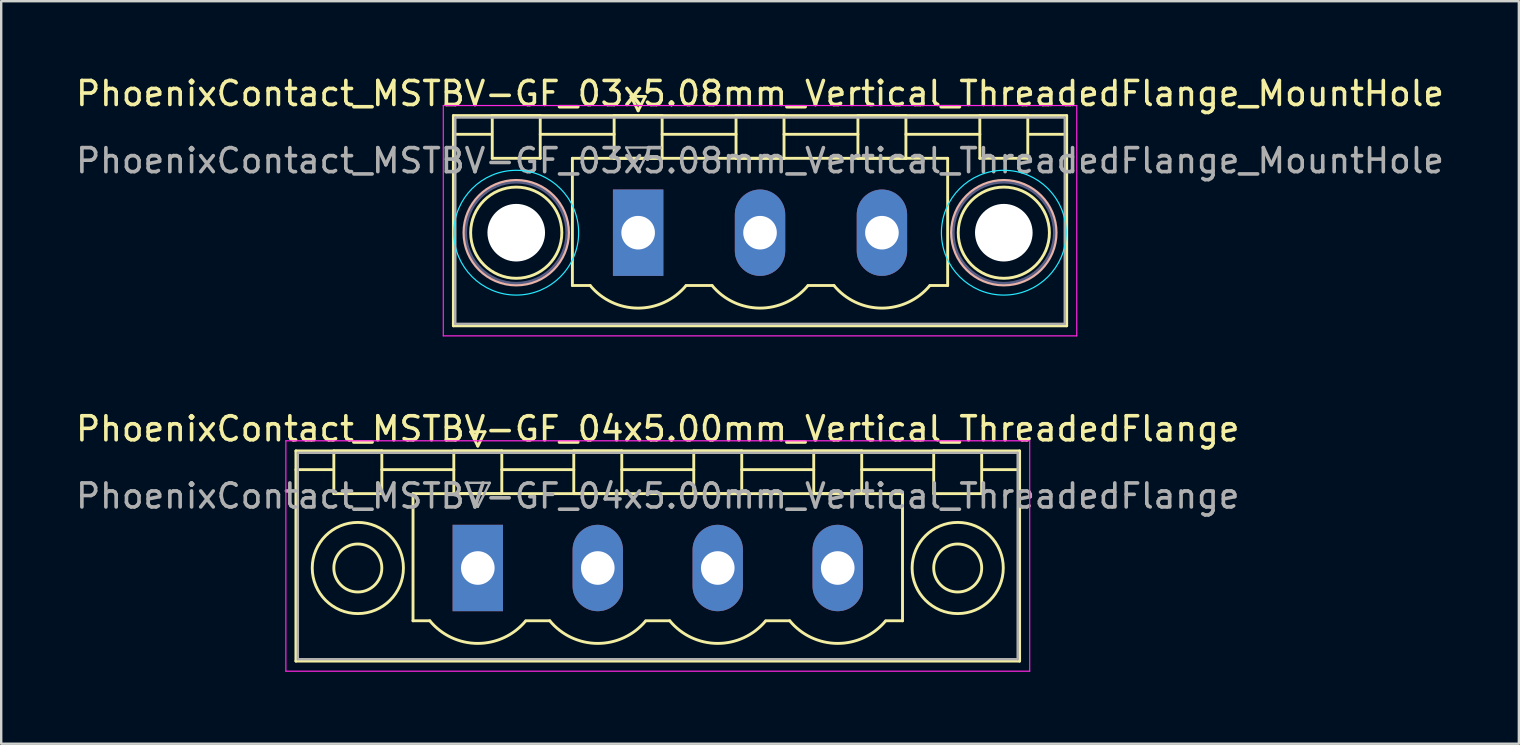
<source format=kicad_pcb>
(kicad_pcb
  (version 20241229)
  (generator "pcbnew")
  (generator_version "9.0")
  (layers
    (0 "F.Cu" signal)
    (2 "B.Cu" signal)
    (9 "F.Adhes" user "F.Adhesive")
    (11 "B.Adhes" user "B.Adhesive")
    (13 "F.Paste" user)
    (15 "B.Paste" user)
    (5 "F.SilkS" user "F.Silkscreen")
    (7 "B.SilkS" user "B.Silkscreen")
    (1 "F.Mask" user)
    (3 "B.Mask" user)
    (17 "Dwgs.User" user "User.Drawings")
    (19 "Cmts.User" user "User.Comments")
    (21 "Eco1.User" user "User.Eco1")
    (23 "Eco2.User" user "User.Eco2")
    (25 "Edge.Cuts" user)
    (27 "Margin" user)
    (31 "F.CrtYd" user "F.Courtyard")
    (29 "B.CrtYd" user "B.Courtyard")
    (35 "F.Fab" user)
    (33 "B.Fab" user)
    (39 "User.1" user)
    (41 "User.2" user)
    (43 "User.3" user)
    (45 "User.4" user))
  (footprint "PhoenixContact_MSTBV-GF_04x5.00mm_Vertical_ThreadedFlange"
    (layer "F.Cu")
    (at 16.863 20.622)
    (property "Reference" "PhoenixContact_MSTBV-GF_04x5.00mm_Vertical_ThreadedFlange" (at 7.5 -5.8 0) (layer "F.SilkS") (effects (font (size 1 1) (thickness 0.15))))
    (attr through_hole)
    (fp_line (start -7.58 -4.88) (end -7.58 3.88) (stroke (width 0.12) (type solid)) (layer "F.SilkS"))
    (fp_line (start -7.58 -4.1) (end -6.08 -4.1) (stroke (width 0.12) (type solid)) (layer "F.SilkS"))
    (fp_line (start -7.58 3.88) (end 22.58 3.88) (stroke (width 0.12) (type solid)) (layer "F.SilkS"))
    (fp_line (start -6 -4.88) (end -4 -4.88) (stroke (width 0.12) (type solid)) (layer "F.SilkS"))
    (fp_line (start -6 -3.1) (end -6 -4.88) (stroke (width 0.12) (type solid)) (layer "F.SilkS"))
    (fp_line (start -4 -4.88) (end -4 -3.1) (stroke (width 0.12) (type solid)) (layer "F.SilkS"))
    (fp_line (start -4 -4.1) (end -1 -4.1) (stroke (width 0.12) (type solid)) (layer "F.SilkS"))
    (fp_line (start -4 -3.1) (end -6 -3.1) (stroke (width 0.12) (type solid)) (layer "F.SilkS"))
    (fp_line (start -2.7 -3.1) (end 17.7 -3.1) (stroke (width 0.12) (type solid)) (layer "F.SilkS"))
    (fp_line (start -2.7 2.2) (end -2.7 -3.1) (stroke (width 0.12) (type solid)) (layer "F.SilkS"))
    (fp_line (start -2 2.2) (end -2.7 2.2) (stroke (width 0.12) (type solid)) (layer "F.SilkS"))
    (fp_line (start -1 -4.88) (end 1 -4.88) (stroke (width 0.12) (type solid)) (layer "F.SilkS"))
    (fp_line (start -1 -3.1) (end -1 -4.88) (stroke (width 0.12) (type solid)) (layer "F.SilkS"))
    (fp_line (start -0.3 -5.68) (end 0.3 -5.68) (stroke (width 0.12) (type solid)) (layer "F.SilkS"))
    (fp_line (start 0 -5.08) (end -0.3 -5.68) (stroke (width 0.12) (type solid)) (layer "F.SilkS"))
    (fp_line (start 0.3 -5.68) (end 0 -5.08) (stroke (width 0.12) (type solid)) (layer "F.SilkS"))
    (fp_line (start 1 -4.88) (end 1 -3.1) (stroke (width 0.12) (type solid)) (layer "F.SilkS"))
    (fp_line (start 1 -4.1) (end 4 -4.1) (stroke (width 0.12) (type solid)) (layer "F.SilkS"))
    (fp_line (start 1 -3.1) (end -1 -3.1) (stroke (width 0.12) (type solid)) (layer "F.SilkS"))
    (fp_line (start 2 2.2) (end 3 2.2) (stroke (width 0.12) (type solid)) (layer "F.SilkS"))
    (fp_line (start 4 -4.88) (end 6 -4.88) (stroke (width 0.12) (type solid)) (layer "F.SilkS"))
    (fp_line (start 4 -3.1) (end 4 -4.88) (stroke (width 0.12) (type solid)) (layer "F.SilkS"))
    (fp_line (start 6 -4.88) (end 6 -3.1) (stroke (width 0.12) (type solid)) (layer "F.SilkS"))
    (fp_line (start 6 -4.1) (end 9 -4.1) (stroke (width 0.12) (type solid)) (layer "F.SilkS"))
    (fp_line (start 6 -3.1) (end 4 -3.1) (stroke (width 0.12) (type solid)) (layer "F.SilkS"))
    (fp_line (start 7 2.2) (end 8 2.2) (stroke (width 0.12) (type solid)) (layer "F.SilkS"))
    (fp_line (start 9 -4.88) (end 11 -4.88) (stroke (width 0.12) (type solid)) (layer "F.SilkS"))
    (fp_line (start 9 -3.1) (end 9 -4.88) (stroke (width 0.12) (type solid)) (layer "F.SilkS"))
    (fp_line (start 11 -4.88) (end 11 -3.1) (stroke (width 0.12) (type solid)) (layer "F.SilkS"))
    (fp_line (start 11 -4.1) (end 14 -4.1) (stroke (width 0.12) (type solid)) (layer "F.SilkS"))
    (fp_line (start 11 -3.1) (end 9 -3.1) (stroke (width 0.12) (type solid)) (layer "F.SilkS"))
    (fp_line (start 12 2.2) (end 13 2.2) (stroke (width 0.12) (type solid)) (layer "F.SilkS"))
    (fp_line (start 14 -4.88) (end 16 -4.88) (stroke (width 0.12) (type solid)) (layer "F.SilkS"))
    (fp_line (start 14 -3.1) (end 14 -4.88) (stroke (width 0.12) (type solid)) (layer "F.SilkS"))
    (fp_line (start 16 -4.88) (end 16 -3.1) (stroke (width 0.12) (type solid)) (layer "F.SilkS"))
    (fp_line (start 16 -4.1) (end 19 -4.1) (stroke (width 0.12) (type solid)) (layer "F.SilkS"))
    (fp_line (start 16 -3.1) (end 14 -3.1) (stroke (width 0.12) (type solid)) (layer "F.SilkS"))
    (fp_line (start 17.7 -3.1) (end 17.7 2.2) (stroke (width 0.12) (type solid)) (layer "F.SilkS"))
    (fp_line (start 17.7 2.2) (end 17 2.2) (stroke (width 0.12) (type solid)) (layer "F.SilkS"))
    (fp_line (start 19 -4.88) (end 21 -4.88) (stroke (width 0.12) (type solid)) (layer "F.SilkS"))
    (fp_line (start 19 -3.1) (end 19 -4.88) (stroke (width 0.12) (type solid)) (layer "F.SilkS"))
    (fp_line (start 21 -4.88) (end 21 -3.1) (stroke (width 0.12) (type solid)) (layer "F.SilkS"))
    (fp_line (start 21 -3.1) (end 19 -3.1) (stroke (width 0.12) (type solid)) (layer "F.SilkS"))
    (fp_line (start 22.58 -4.88) (end -7.58 -4.88) (stroke (width 0.12) (type solid)) (layer "F.SilkS"))
    (fp_line (start 22.58 -4.1) (end 21.08 -4.1) (stroke (width 0.12) (type solid)) (layer "F.SilkS"))
    (fp_line (start 22.58 3.88) (end 22.58 -4.88) (stroke (width 0.12) (type solid)) (layer "F.SilkS"))
    (fp_arc (start 1.986842 2.215821) (mid -0.010289 3.142758) (end -2 2.2) (stroke (width 0.12) (type solid)) (layer "F.SilkS"))
    (fp_arc (start 6.986842 2.215821) (mid 4.989711 3.142758) (end 3 2.2) (stroke (width 0.12) (type solid)) (layer "F.SilkS"))
    (fp_arc (start 11.986842 2.215821) (mid 9.989711 3.142758) (end 8 2.2) (stroke (width 0.12) (type solid)) (layer "F.SilkS"))
    (fp_arc (start 16.986842 2.215821) (mid 14.989711 3.142758) (end 13 2.2) (stroke (width 0.12) (type solid)) (layer "F.SilkS"))
    (fp_circle (center -5 0) (end -4 0) (stroke (width 0.12) (type solid)) (fill no) (layer "F.SilkS"))
    (fp_circle (center -5 0) (end -3.1 0) (stroke (width 0.12) (type solid)) (fill no) (layer "F.SilkS"))
    (fp_circle (center 20 0) (end 21 0) (stroke (width 0.12) (type solid)) (fill no) (layer "F.SilkS"))
    (fp_circle (center 20 0) (end 21.9 0) (stroke (width 0.12) (type solid)) (fill no) (layer "F.SilkS"))
    (fp_line (start -8 -5.3) (end -8 4.3) (stroke (width 0.05) (type solid)) (layer "F.CrtYd"))
    (fp_line (start -8 4.3) (end 23 4.3) (stroke (width 0.05) (type solid)) (layer "F.CrtYd"))
    (fp_line (start 23 -5.3) (end -8 -5.3) (stroke (width 0.05) (type solid)) (layer "F.CrtYd"))
    (fp_line (start 23 4.3) (end 23 -5.3) (stroke (width 0.05) (type solid)) (layer "F.CrtYd"))
    (fp_line (start -7.5 -4.8) (end -7.5 3.8) (stroke (width 0.1) (type solid)) (layer "F.Fab"))
    (fp_line (start -7.5 3.8) (end 22.5 3.8) (stroke (width 0.1) (type solid)) (layer "F.Fab"))
    (fp_line (start -0.5 -3.55) (end 0.5 -3.55) (stroke (width 0.1) (type solid)) (layer "F.Fab"))
    (fp_line (start 0 -2.55) (end -0.5 -3.55) (stroke (width 0.1) (type solid)) (layer "F.Fab"))
    (fp_line (start 0.5 -3.55) (end 0 -2.55) (stroke (width 0.1) (type solid)) (layer "F.Fab"))
    (fp_line (start 22.5 -4.8) (end -7.5 -4.8) (stroke (width 0.1) (type solid)) (layer "F.Fab"))
    (fp_line (start 22.5 3.8) (end 22.5 -4.8) (stroke (width 0.1) (type solid)) (layer "F.Fab"))
    (fp_text user "${REFERENCE}" (at 7.5 -3 0) (layer "F.Fab") (effects (font (size 1 1) (thickness 0.15))))
    (pad "1" thru_hole rect (at 0 0) (size 2.1 3.6) (drill 1.4) (layers "*.Cu" "*.Mask"))
    (pad "2" thru_hole oval (at 5 0) (size 2.1 3.6) (drill 1.4) (layers "*.Cu" "*.Mask"))
    (pad "3" thru_hole oval (at 10 0) (size 2.1 3.6) (drill 1.4) (layers "*.Cu" "*.Mask"))
    (pad "4" thru_hole oval (at 15 0) (size 2.1 3.6) (drill 1.4) (layers "*.Cu" "*.Mask")))
  (footprint "PhoenixContact_MSTBV-GF_03x5.08mm_Vertical_ThreadedFlange_MountHole"
    (layer "F.Cu")
    (at 23.545 6.648)
    (property "Reference" "PhoenixContact_MSTBV-GF_03x5.08mm_Vertical_ThreadedFlange_MountHole" (at 5.08 -5.8 0) (layer "F.SilkS") (effects (font (size 1 1) (thickness 0.15))))
    (attr through_hole)
    (fp_line (start -7.7 -4.88) (end -7.7 3.88) (stroke (width 0.12) (type solid)) (layer "F.SilkS"))
    (fp_line (start -7.7 -4.1) (end -6.16 -4.1) (stroke (width 0.12) (type solid)) (layer "F.SilkS"))
    (fp_line (start -7.7 3.88) (end 17.86 3.88) (stroke (width 0.12) (type solid)) (layer "F.SilkS"))
    (fp_line (start -6.08 -4.88) (end -4.08 -4.88) (stroke (width 0.12) (type solid)) (layer "F.SilkS"))
    (fp_line (start -6.08 -3.1) (end -6.08 -4.88) (stroke (width 0.12) (type solid)) (layer "F.SilkS"))
    (fp_line (start -4.08 -4.88) (end -4.08 -3.1) (stroke (width 0.12) (type solid)) (layer "F.SilkS"))
    (fp_line (start -4.08 -4.1) (end -1 -4.1) (stroke (width 0.12) (type solid)) (layer "F.SilkS"))
    (fp_line (start -4.08 -3.1) (end -6.08 -3.1) (stroke (width 0.12) (type solid)) (layer "F.SilkS"))
    (fp_line (start -2.74 -3.1) (end 12.9 -3.1) (stroke (width 0.12) (type solid)) (layer "F.SilkS"))
    (fp_line (start -2.74 2.2) (end -2.74 -3.1) (stroke (width 0.12) (type solid)) (layer "F.SilkS"))
    (fp_line (start -2 2.2) (end -2.74 2.2) (stroke (width 0.12) (type solid)) (layer "F.SilkS"))
    (fp_line (start -1 -4.88) (end 1 -4.88) (stroke (width 0.12) (type solid)) (layer "F.SilkS"))
    (fp_line (start -1 -3.1) (end -1 -4.88) (stroke (width 0.12) (type solid)) (layer "F.SilkS"))
    (fp_line (start -0.3 -5.68) (end 0.3 -5.68) (stroke (width 0.12) (type solid)) (layer "F.SilkS"))
    (fp_line (start 0 -5.08) (end -0.3 -5.68) (stroke (width 0.12) (type solid)) (layer "F.SilkS"))
    (fp_line (start 0.3 -5.68) (end 0 -5.08) (stroke (width 0.12) (type solid)) (layer "F.SilkS"))
    (fp_line (start 1 -4.88) (end 1 -3.1) (stroke (width 0.12) (type solid)) (layer "F.SilkS"))
    (fp_line (start 1 -4.1) (end 4.08 -4.1) (stroke (width 0.12) (type solid)) (layer "F.SilkS"))
    (fp_line (start 1 -3.1) (end -1 -3.1) (stroke (width 0.12) (type solid)) (layer "F.SilkS"))
    (fp_line (start 2 2.2) (end 3.08 2.2) (stroke (width 0.12) (type solid)) (layer "F.SilkS"))
    (fp_line (start 4.08 -4.88) (end 6.08 -4.88) (stroke (width 0.12) (type solid)) (layer "F.SilkS"))
    (fp_line (start 4.08 -3.1) (end 4.08 -4.88) (stroke (width 0.12) (type solid)) (layer "F.SilkS"))
    (fp_line (start 6.08 -4.88) (end 6.08 -3.1) (stroke (width 0.12) (type solid)) (layer "F.SilkS"))
    (fp_line (start 6.08 -4.1) (end 9.16 -4.1) (stroke (width 0.12) (type solid)) (layer "F.SilkS"))
    (fp_line (start 6.08 -3.1) (end 4.08 -3.1) (stroke (width 0.12) (type solid)) (layer "F.SilkS"))
    (fp_line (start 7.08 2.2) (end 8.16 2.2) (stroke (width 0.12) (type solid)) (layer "F.SilkS"))
    (fp_line (start 9.16 -4.88) (end 11.16 -4.88) (stroke (width 0.12) (type solid)) (layer "F.SilkS"))
    (fp_line (start 9.16 -3.1) (end 9.16 -4.88) (stroke (width 0.12) (type solid)) (layer "F.SilkS"))
    (fp_line (start 11.16 -4.88) (end 11.16 -3.1) (stroke (width 0.12) (type solid)) (layer "F.SilkS"))
    (fp_line (start 11.16 -4.1) (end 14.24 -4.1) (stroke (width 0.12) (type solid)) (layer "F.SilkS"))
    (fp_line (start 11.16 -3.1) (end 9.16 -3.1) (stroke (width 0.12) (type solid)) (layer "F.SilkS"))
    (fp_line (start 12.9 -3.1) (end 12.9 2.2) (stroke (width 0.12) (type solid)) (layer "F.SilkS"))
    (fp_line (start 12.9 2.2) (end 12.16 2.2) (stroke (width 0.12) (type solid)) (layer "F.SilkS"))
    (fp_line (start 14.24 -4.88) (end 16.24 -4.88) (stroke (width 0.12) (type solid)) (layer "F.SilkS"))
    (fp_line (start 14.24 -3.1) (end 14.24 -4.88) (stroke (width 0.12) (type solid)) (layer "F.SilkS"))
    (fp_line (start 16.24 -4.88) (end 16.24 -3.1) (stroke (width 0.12) (type solid)) (layer "F.SilkS"))
    (fp_line (start 16.24 -3.1) (end 14.24 -3.1) (stroke (width 0.12) (type solid)) (layer "F.SilkS"))
    (fp_line (start 17.86 -4.88) (end -7.7 -4.88) (stroke (width 0.12) (type solid)) (layer "F.SilkS"))
    (fp_line (start 17.86 -4.1) (end 16.32 -4.1) (stroke (width 0.12) (type solid)) (layer "F.SilkS"))
    (fp_line (start 17.86 3.88) (end 17.86 -4.88) (stroke (width 0.12) (type solid)) (layer "F.SilkS"))
    (fp_arc (start 1.986842 2.215821) (mid -0.010289 3.142758) (end -2 2.2) (stroke (width 0.12) (type solid)) (layer "F.SilkS"))
    (fp_arc (start 7.066842 2.215821) (mid 5.069711 3.142758) (end 3.08 2.2) (stroke (width 0.12) (type solid)) (layer "F.SilkS"))
    (fp_arc (start 12.146842 2.215821) (mid 10.149711 3.142758) (end 8.16 2.2) (stroke (width 0.12) (type solid)) (layer "F.SilkS"))
    (fp_circle (center -5.08 0) (end -3.18 0) (stroke (width 0.12) (type solid)) (fill no) (layer "F.SilkS"))
    (fp_circle (center 15.24 0) (end 17.14 0) (stroke (width 0.12) (type solid)) (fill no) (layer "F.SilkS"))
    (fp_circle (center -5.08 0) (end -2.9 0) (stroke (width 0.12) (type solid)) (fill no) (layer "B.SilkS"))
    (fp_circle (center 15.24 0) (end 17.42 0) (stroke (width 0.12) (type solid)) (fill no) (layer "B.SilkS"))
    (fp_circle (center -5.08 0) (end -2.48 0) (stroke (width 0.05) (type solid)) (fill no) (layer "B.CrtYd"))
    (fp_circle (center 15.24 0) (end 17.84 0) (stroke (width 0.05) (type solid)) (fill no) (layer "B.CrtYd"))
    (fp_line (start -8.12 -5.3) (end -8.12 4.3) (stroke (width 0.05) (type solid)) (layer "F.CrtYd"))
    (fp_line (start -8.12 4.3) (end 18.28 4.3) (stroke (width 0.05) (type solid)) (layer "F.CrtYd"))
    (fp_line (start 18.28 -5.3) (end -8.12 -5.3) (stroke (width 0.05) (type solid)) (layer "F.CrtYd"))
    (fp_line (start 18.28 4.3) (end 18.28 -5.3) (stroke (width 0.05) (type solid)) (layer "F.CrtYd"))
    (fp_circle (center -5.08 0) (end -2.98 0) (stroke (width 0.1) (type solid)) (fill no) (layer "B.Fab"))
    (fp_circle (center 15.24 0) (end 17.34 0) (stroke (width 0.1) (type solid)) (fill no) (layer "B.Fab"))
    (fp_line (start -7.62 -4.8) (end -7.62 3.8) (stroke (width 0.1) (type solid)) (layer "F.Fab"))
    (fp_line (start -7.62 3.8) (end 17.78 3.8) (stroke (width 0.1) (type solid)) (layer "F.Fab"))
    (fp_line (start -0.5 -3.55) (end 0.5 -3.55) (stroke (width 0.1) (type solid)) (layer "F.Fab"))
    (fp_line (start 0 -2.55) (end -0.5 -3.55) (stroke (width 0.1) (type solid)) (layer "F.Fab"))
    (fp_line (start 0.5 -3.55) (end 0 -2.55) (stroke (width 0.1) (type solid)) (layer "F.Fab"))
    (fp_line (start 17.78 -4.8) (end -7.62 -4.8) (stroke (width 0.1) (type solid)) (layer "F.Fab"))
    (fp_line (start 17.78 3.8) (end 17.78 -4.8) (stroke (width 0.1) (type solid)) (layer "F.Fab"))
    (fp_text user "${REFERENCE}" (at 5.08 -3 0) (layer "F.Fab") (effects (font (size 1 1) (thickness 0.15))))
    (pad "" np_thru_hole circle (at -5.08 0) (size 2.4 2.4) (drill 2.4) (layers "*.Cu" "*.Mask"))
    (pad "" np_thru_hole circle (at 15.24 0) (size 2.4 2.4) (drill 2.4) (layers "*.Cu" "*.Mask"))
    (pad "1" thru_hole rect (at 0 0) (size 2.1 3.6) (drill 1.4) (layers "*.Cu" "*.Mask"))
    (pad "2" thru_hole oval (at 5.08 0) (size 2.1 3.6) (drill 1.4) (layers "*.Cu" "*.Mask"))
    (pad "3" thru_hole oval (at 10.16 0) (size 2.1 3.6) (drill 1.4) (layers "*.Cu" "*.Mask")))
  (gr_rect
    (start -3 -3)
    (end 60.25 27.947)
    (stroke (width 0.1) (type default))
    (fill no)
    (layer "Edge.Cuts")))
</source>
